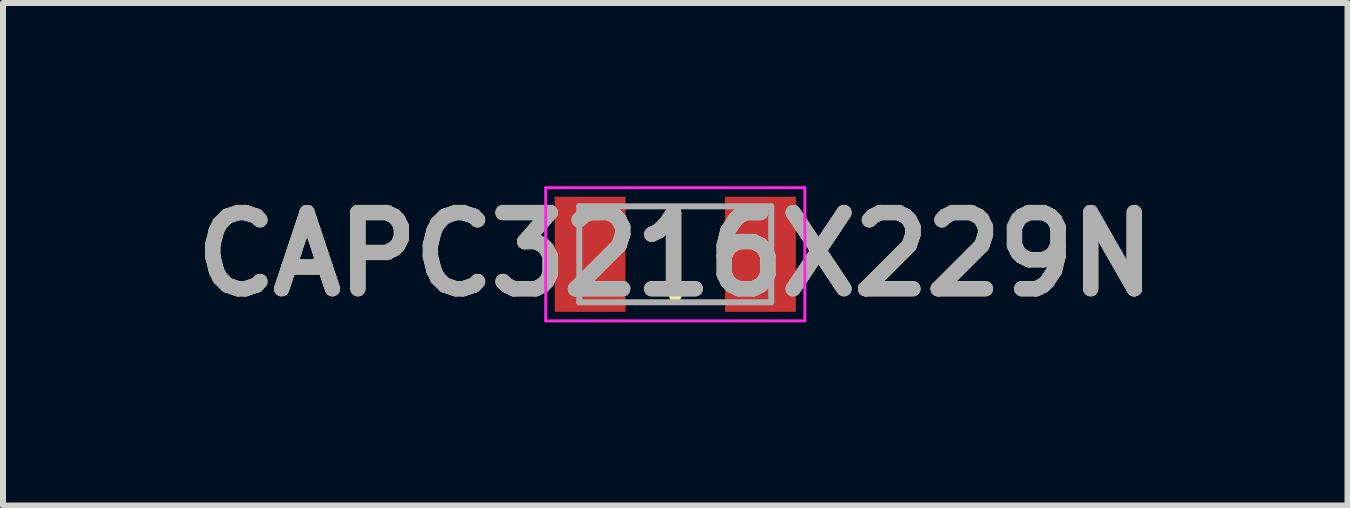
<source format=kicad_pcb>
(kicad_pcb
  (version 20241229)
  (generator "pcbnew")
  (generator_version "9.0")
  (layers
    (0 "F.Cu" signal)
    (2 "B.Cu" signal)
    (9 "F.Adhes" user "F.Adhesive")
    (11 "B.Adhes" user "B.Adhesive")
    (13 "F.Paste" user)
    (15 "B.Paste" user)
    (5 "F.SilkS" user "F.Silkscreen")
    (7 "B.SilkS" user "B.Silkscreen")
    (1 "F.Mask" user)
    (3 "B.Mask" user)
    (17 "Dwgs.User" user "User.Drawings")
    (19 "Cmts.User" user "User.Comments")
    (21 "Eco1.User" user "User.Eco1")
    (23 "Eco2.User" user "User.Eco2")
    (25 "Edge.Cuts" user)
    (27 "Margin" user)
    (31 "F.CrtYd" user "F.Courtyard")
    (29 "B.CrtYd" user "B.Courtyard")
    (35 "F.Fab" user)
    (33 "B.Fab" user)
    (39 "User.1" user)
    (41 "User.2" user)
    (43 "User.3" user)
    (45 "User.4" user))
  (footprint "CAPC3216X229N"
    (layer "F.Cu")
    (at 8.207 1.189)
    (property "Reference" "CAPC3216X229N" (at 0 0 0) (layer "F.SilkS") (effects (font (size 1.27 1.27) (thickness 0.254))))
    (attr smd)
    (fp_line (start 0 -0.7) (end 0 0.7) (stroke (width 0.2) (type solid)) (layer "F.SilkS"))
    (fp_line (start -2.16 -1.11) (end 2.16 -1.11) (stroke (width 0.05) (type solid)) (layer "F.CrtYd"))
    (fp_line (start -2.16 1.11) (end -2.16 -1.11) (stroke (width 0.05) (type solid)) (layer "F.CrtYd"))
    (fp_line (start 2.16 -1.11) (end 2.16 1.11) (stroke (width 0.05) (type solid)) (layer "F.CrtYd"))
    (fp_line (start 2.16 1.11) (end -2.16 1.11) (stroke (width 0.05) (type solid)) (layer "F.CrtYd"))
    (fp_line (start -1.6 -0.8) (end 1.6 -0.8) (stroke (width 0.1) (type solid)) (layer "F.Fab"))
    (fp_line (start -1.6 0.8) (end -1.6 -0.8) (stroke (width 0.1) (type solid)) (layer "F.Fab"))
    (fp_line (start 1.6 -0.8) (end 1.6 0.8) (stroke (width 0.1) (type solid)) (layer "F.Fab"))
    (fp_line (start 1.6 0.8) (end -1.6 0.8) (stroke (width 0.1) (type solid)) (layer "F.Fab"))
    (fp_text user "${REFERENCE}" (at 0 0 0) (layer "F.Fab") (effects (font (size 1.27 1.27) (thickness 0.254))))
    (pad "1" smd rect (at -1.42 0) (size 1.18 1.92) (layers "F.Cu" "F.Mask" "F.Paste"))
    (pad "2" smd rect (at 1.42 0) (size 1.18 1.92) (layers "F.Cu" "F.Mask" "F.Paste")))
  (gr_rect
    (start -3 -3)
    (end 19.413 5.377)
    (stroke (width 0.1) (type default))
    (fill no)
    (layer "Edge.Cuts")))
</source>
